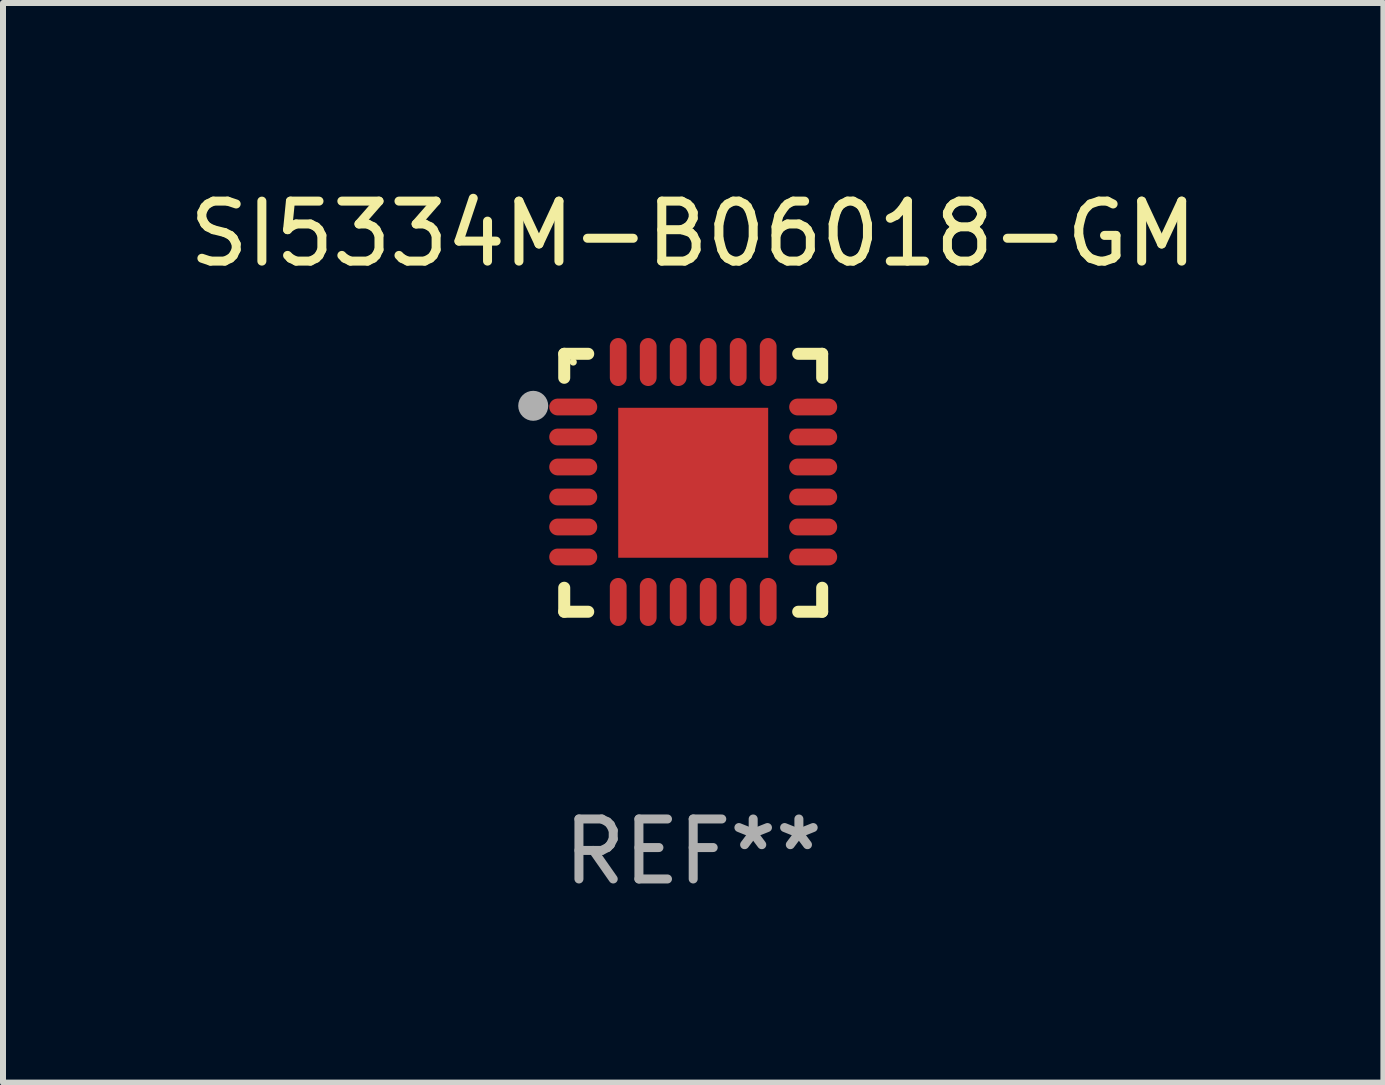
<source format=kicad_pcb>
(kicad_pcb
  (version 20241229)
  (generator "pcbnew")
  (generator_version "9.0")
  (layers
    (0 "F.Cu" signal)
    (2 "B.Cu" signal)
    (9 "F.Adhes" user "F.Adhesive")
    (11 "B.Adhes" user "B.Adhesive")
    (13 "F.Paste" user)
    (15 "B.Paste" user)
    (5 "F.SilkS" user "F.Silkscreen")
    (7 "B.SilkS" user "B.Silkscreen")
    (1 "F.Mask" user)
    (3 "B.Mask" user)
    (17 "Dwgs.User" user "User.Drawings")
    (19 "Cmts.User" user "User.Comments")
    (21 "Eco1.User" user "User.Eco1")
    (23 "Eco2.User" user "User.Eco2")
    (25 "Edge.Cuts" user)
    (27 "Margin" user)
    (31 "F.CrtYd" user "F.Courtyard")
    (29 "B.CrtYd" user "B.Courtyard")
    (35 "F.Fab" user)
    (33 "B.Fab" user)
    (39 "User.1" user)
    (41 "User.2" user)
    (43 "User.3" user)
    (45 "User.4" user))
  (footprint "SI5334M-B06018-GM"
    (layer "F.Cu")
    (at 8.506 4.998)
    (property "Reference" "SI5334M-B06018-GM" (at 0 -4.15 0) (layer "F.SilkS") (effects (font (size 1 1) (thickness 0.15))))
    (attr through_hole)
    (fp_line (start -2.15 -2.15) (end -1.75 -2.15) (stroke (width 0.2) (type solid)) (layer "F.SilkS"))
    (fp_line (start -2.15 -1.75) (end -2.15 -2.15) (stroke (width 0.2) (type solid)) (layer "F.SilkS"))
    (fp_line (start -2.15 2.15) (end -2.15 1.75) (stroke (width 0.2) (type solid)) (layer "F.SilkS"))
    (fp_line (start -1.75 2.15) (end -2.15 2.15) (stroke (width 0.2) (type solid)) (layer "F.SilkS"))
    (fp_line (start 1.75 -2.15) (end 2.15 -2.15) (stroke (width 0.2) (type solid)) (layer "F.SilkS"))
    (fp_line (start 1.75 2.15) (end 2.15 2.15) (stroke (width 0.2) (type solid)) (layer "F.SilkS"))
    (fp_line (start 2.15 -2.15) (end 2.15 -1.75) (stroke (width 0.2) (type solid)) (layer "F.SilkS"))
    (fp_line (start 2.15 2.15) (end 2.15 1.75) (stroke (width 0.2) (type solid)) (layer "F.SilkS"))
    (fp_circle (center -2 -2.013) (end -1.97 -2.013) (stroke (width 0.06) (type solid)) (fill no) (layer "F.SilkS"))
    (fp_circle (center -2.667 -1.283) (end -2.542 -1.283) (stroke (width 0.25) (type solid)) (fill no) (layer "F.Fab"))
    (fp_text user "REF**" (at 0 6.15 0) (layer "F.Fab") (effects (font (size 1 1) (thickness 0.15))))
    (pad "1" smd oval (at -2 -1.263) (size 0.8 0.28) (layers "F.Cu" "F.Mask" "F.Paste"))
    (pad "2" smd oval (at -2 -0.763) (size 0.8 0.28) (layers "F.Cu" "F.Mask" "F.Paste"))
    (pad "3" smd oval (at -2 -0.263) (size 0.8 0.28) (layers "F.Cu" "F.Mask" "F.Paste"))
    (pad "4" smd oval (at -2 0.237) (size 0.8 0.28) (layers "F.Cu" "F.Mask" "F.Paste"))
    (pad "5" smd oval (at -2 0.737) (size 0.8 0.28) (layers "F.Cu" "F.Mask" "F.Paste"))
    (pad "6" smd oval (at -2 1.237) (size 0.8 0.28) (layers "F.Cu" "F.Mask" "F.Paste"))
    (pad "7" smd oval (at -1.25 1.987) (size 0.28 0.8) (layers "F.Cu" "F.Mask" "F.Paste"))
    (pad "8" smd oval (at -0.75 1.987) (size 0.28 0.8) (layers "F.Cu" "F.Mask" "F.Paste"))
    (pad "9" smd oval (at -0.25 1.987) (size 0.28 0.8) (layers "F.Cu" "F.Mask" "F.Paste"))
    (pad "10" smd oval (at 0.25 1.987) (size 0.28 0.8) (layers "F.Cu" "F.Mask" "F.Paste"))
    (pad "11" smd oval (at 0.75 1.987) (size 0.28 0.8) (layers "F.Cu" "F.Mask" "F.Paste"))
    (pad "12" smd oval (at 1.25 1.987) (size 0.28 0.8) (layers "F.Cu" "F.Mask" "F.Paste"))
    (pad "13" smd oval (at 2 1.237) (size 0.8 0.28) (layers "F.Cu" "F.Mask" "F.Paste"))
    (pad "14" smd oval (at 2 0.737) (size 0.8 0.28) (layers "F.Cu" "F.Mask" "F.Paste"))
    (pad "15" smd oval (at 2 0.237) (size 0.8 0.28) (layers "F.Cu" "F.Mask" "F.Paste"))
    (pad "16" smd oval (at 2 -0.263) (size 0.8 0.28) (layers "F.Cu" "F.Mask" "F.Paste"))
    (pad "17" smd oval (at 2 -0.763) (size 0.8 0.28) (layers "F.Cu" "F.Mask" "F.Paste"))
    (pad "18" smd oval (at 2 -1.263) (size 0.8 0.28) (layers "F.Cu" "F.Mask" "F.Paste"))
    (pad "19" smd oval (at 1.25 -2.013) (size 0.28 0.8) (layers "F.Cu" "F.Mask" "F.Paste"))
    (pad "20" smd oval (at 0.75 -2.013) (size 0.28 0.8) (layers "F.Cu" "F.Mask" "F.Paste"))
    (pad "21" smd oval (at 0.25 -2.013) (size 0.28 0.8) (layers "F.Cu" "F.Mask" "F.Paste"))
    (pad "22" smd oval (at -0.25 -2.013) (size 0.28 0.8) (layers "F.Cu" "F.Mask" "F.Paste"))
    (pad "23" smd oval (at -0.75 -2.013) (size 0.28 0.8) (layers "F.Cu" "F.Mask" "F.Paste"))
    (pad "24" smd oval (at -1.25 -2.013) (size 0.28 0.8) (layers "F.Cu" "F.Mask" "F.Paste"))
    (pad "25" smd rect (at -0.000127 -0.00014) (size 2.5 2.5) (layers "F.Cu" "F.Mask" "F.Paste")))
  (gr_rect
    (start -3 -3)
    (end 20.012 14.997)
    (stroke (width 0.1) (type default))
    (fill no)
    (layer "Edge.Cuts")))
</source>
